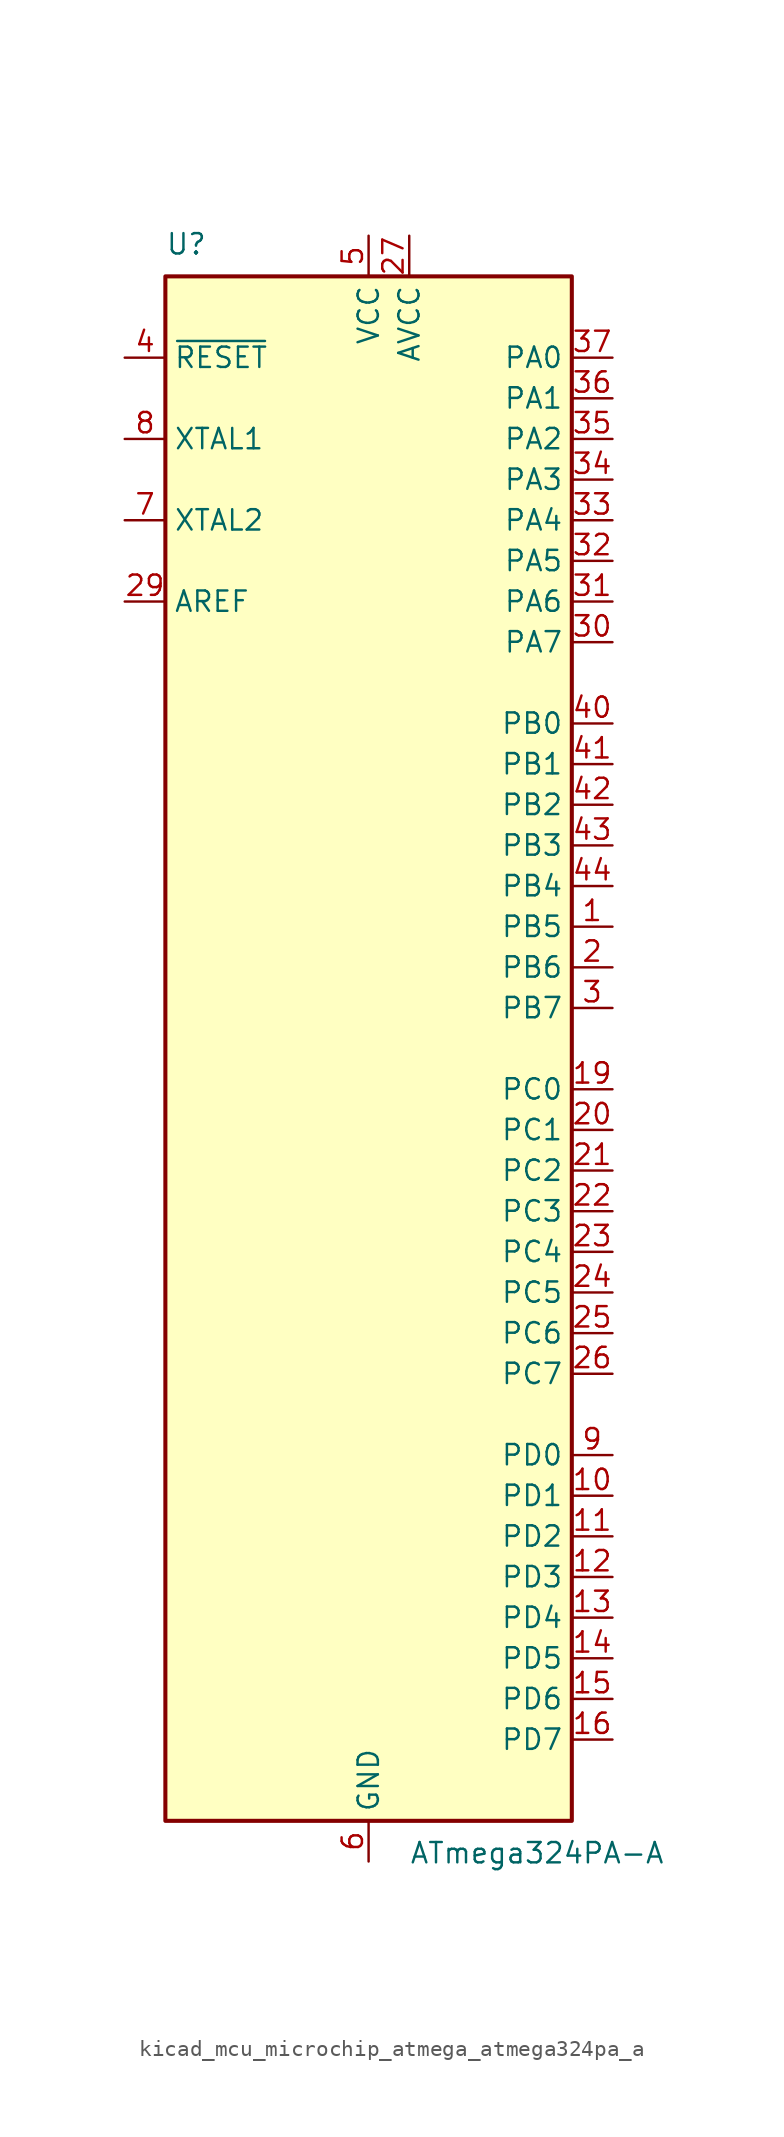
<source format=kicad_sym>
(kicad_symbol_lib
  (version 20220914)
  (generator kicad_symbol_editor)
  (symbol "kicad_mcu_microchip_atmega_atmega324pa_a"
    (property "Reference" "U"
      (at -12.7 49.53 0)
      (effects (font (size 1.27 1.27)) (justify left bottom)))
    (property "Value" "ATmega324PA-A"
      (at 2.54 -49.53 0)
      (effects (font (size 1.27 1.27)) (justify left top)))
    (symbol "kicad_mcu_microchip_atmega_atmega324pa_a_0_1"
      (rectangle (start -12.7 -48.26) (end 12.7 48.26) (stroke (width 0.254) (type default)) (fill (type background))))
    (symbol "kicad_mcu_microchip_atmega_atmega324pa_a_1_1"
      (pin bidirectional line (at 15.24 7.62 180) (length 2.54) (name "PB5" (effects (font (size 1.27 1.27)))) (number "1" (effects (font (size 1.27 1.27)))))
      (pin bidirectional line (at 15.24 -27.94 180) (length 2.54) (name "PD1" (effects (font (size 1.27 1.27)))) (number "10" (effects (font (size 1.27 1.27)))))
      (pin bidirectional line (at 15.24 -30.48 180) (length 2.54) (name "PD2" (effects (font (size 1.27 1.27)))) (number "11" (effects (font (size 1.27 1.27)))))
      (pin bidirectional line (at 15.24 -33.02 180) (length 2.54) (name "PD3" (effects (font (size 1.27 1.27)))) (number "12" (effects (font (size 1.27 1.27)))))
      (pin bidirectional line (at 15.24 -35.56 180) (length 2.54) (name "PD4" (effects (font (size 1.27 1.27)))) (number "13" (effects (font (size 1.27 1.27)))))
      (pin bidirectional line (at 15.24 -38.1 180) (length 2.54) (name "PD5" (effects (font (size 1.27 1.27)))) (number "14" (effects (font (size 1.27 1.27)))))
      (pin bidirectional line (at 15.24 -40.64 180) (length 2.54) (name "PD6" (effects (font (size 1.27 1.27)))) (number "15" (effects (font (size 1.27 1.27)))))
      (pin bidirectional line (at 15.24 -43.18 180) (length 2.54) (name "PD7" (effects (font (size 1.27 1.27)))) (number "16" (effects (font (size 1.27 1.27)))))
      (pin passive line (at 0 50.8 270) (length 2.54) hide (name "VCC" (effects (font (size 1.27 1.27)))) (number "17" (effects (font (size 1.27 1.27)))))
      (pin passive line (at 0 -50.8 90) (length 2.54) hide (name "GND" (effects (font (size 1.27 1.27)))) (number "18" (effects (font (size 1.27 1.27)))))
      (pin bidirectional line (at 15.24 -2.54 180) (length 2.54) (name "PC0" (effects (font (size 1.27 1.27)))) (number "19" (effects (font (size 1.27 1.27)))))
      (pin bidirectional line (at 15.24 5.08 180) (length 2.54) (name "PB6" (effects (font (size 1.27 1.27)))) (number "2" (effects (font (size 1.27 1.27)))))
      (pin bidirectional line (at 15.24 -5.08 180) (length 2.54) (name "PC1" (effects (font (size 1.27 1.27)))) (number "20" (effects (font (size 1.27 1.27)))))
      (pin bidirectional line (at 15.24 -7.62 180) (length 2.54) (name "PC2" (effects (font (size 1.27 1.27)))) (number "21" (effects (font (size 1.27 1.27)))))
      (pin bidirectional line (at 15.24 -10.16 180) (length 2.54) (name "PC3" (effects (font (size 1.27 1.27)))) (number "22" (effects (font (size 1.27 1.27)))))
      (pin bidirectional line (at 15.24 -12.7 180) (length 2.54) (name "PC4" (effects (font (size 1.27 1.27)))) (number "23" (effects (font (size 1.27 1.27)))))
      (pin bidirectional line (at 15.24 -15.24 180) (length 2.54) (name "PC5" (effects (font (size 1.27 1.27)))) (number "24" (effects (font (size 1.27 1.27)))))
      (pin bidirectional line (at 15.24 -17.78 180) (length 2.54) (name "PC6" (effects (font (size 1.27 1.27)))) (number "25" (effects (font (size 1.27 1.27)))))
      (pin bidirectional line (at 15.24 -20.32 180) (length 2.54) (name "PC7" (effects (font (size 1.27 1.27)))) (number "26" (effects (font (size 1.27 1.27)))))
      (pin power_in line (at 2.54 50.8 270) (length 2.54) (name "AVCC" (effects (font (size 1.27 1.27)))) (number "27" (effects (font (size 1.27 1.27)))))
      (pin passive line (at 0 -50.8 90) (length 2.54) hide (name "GND" (effects (font (size 1.27 1.27)))) (number "28" (effects (font (size 1.27 1.27)))))
      (pin passive line (at -15.24 27.94 0) (length 2.54) (name "AREF" (effects (font (size 1.27 1.27)))) (number "29" (effects (font (size 1.27 1.27)))))
      (pin bidirectional line (at 15.24 2.54 180) (length 2.54) (name "PB7" (effects (font (size 1.27 1.27)))) (number "3" (effects (font (size 1.27 1.27)))))
      (pin bidirectional line (at 15.24 25.4 180) (length 2.54) (name "PA7" (effects (font (size 1.27 1.27)))) (number "30" (effects (font (size 1.27 1.27)))))
      (pin bidirectional line (at 15.24 27.94 180) (length 2.54) (name "PA6" (effects (font (size 1.27 1.27)))) (number "31" (effects (font (size 1.27 1.27)))))
      (pin bidirectional line (at 15.24 30.48 180) (length 2.54) (name "PA5" (effects (font (size 1.27 1.27)))) (number "32" (effects (font (size 1.27 1.27)))))
      (pin bidirectional line (at 15.24 33.02 180) (length 2.54) (name "PA4" (effects (font (size 1.27 1.27)))) (number "33" (effects (font (size 1.27 1.27)))))
      (pin bidirectional line (at 15.24 35.56 180) (length 2.54) (name "PA3" (effects (font (size 1.27 1.27)))) (number "34" (effects (font (size 1.27 1.27)))))
      (pin bidirectional line (at 15.24 38.1 180) (length 2.54) (name "PA2" (effects (font (size 1.27 1.27)))) (number "35" (effects (font (size 1.27 1.27)))))
      (pin bidirectional line (at 15.24 40.64 180) (length 2.54) (name "PA1" (effects (font (size 1.27 1.27)))) (number "36" (effects (font (size 1.27 1.27)))))
      (pin bidirectional line (at 15.24 43.18 180) (length 2.54) (name "PA0" (effects (font (size 1.27 1.27)))) (number "37" (effects (font (size 1.27 1.27)))))
      (pin passive line (at 0 50.8 270) (length 2.54) hide (name "VCC" (effects (font (size 1.27 1.27)))) (number "38" (effects (font (size 1.27 1.27)))))
      (pin passive line (at 0 -50.8 90) (length 2.54) hide (name "GND" (effects (font (size 1.27 1.27)))) (number "39" (effects (font (size 1.27 1.27)))))
      (pin input line (at -15.24 43.18 0) (length 2.54) (name "~{RESET}" (effects (font (size 1.27 1.27)))) (number "4" (effects (font (size 1.27 1.27)))))
      (pin bidirectional line (at 15.24 20.32 180) (length 2.54) (name "PB0" (effects (font (size 1.27 1.27)))) (number "40" (effects (font (size 1.27 1.27)))))
      (pin bidirectional line (at 15.24 17.78 180) (length 2.54) (name "PB1" (effects (font (size 1.27 1.27)))) (number "41" (effects (font (size 1.27 1.27)))))
      (pin bidirectional line (at 15.24 15.24 180) (length 2.54) (name "PB2" (effects (font (size 1.27 1.27)))) (number "42" (effects (font (size 1.27 1.27)))))
      (pin bidirectional line (at 15.24 12.7 180) (length 2.54) (name "PB3" (effects (font (size 1.27 1.27)))) (number "43" (effects (font (size 1.27 1.27)))))
      (pin bidirectional line (at 15.24 10.16 180) (length 2.54) (name "PB4" (effects (font (size 1.27 1.27)))) (number "44" (effects (font (size 1.27 1.27)))))
      (pin power_in line (at 0 50.8 270) (length 2.54) (name "VCC" (effects (font (size 1.27 1.27)))) (number "5" (effects (font (size 1.27 1.27)))))
      (pin power_in line (at 0 -50.8 90) (length 2.54) (name "GND" (effects (font (size 1.27 1.27)))) (number "6" (effects (font (size 1.27 1.27)))))
      (pin output line (at -15.24 33.02 0) (length 2.54) (name "XTAL2" (effects (font (size 1.27 1.27)))) (number "7" (effects (font (size 1.27 1.27)))))
      (pin input line (at -15.24 38.1 0) (length 2.54) (name "XTAL1" (effects (font (size 1.27 1.27)))) (number "8" (effects (font (size 1.27 1.27)))))
      (pin bidirectional line (at 15.24 -25.4 180) (length 2.54) (name "PD0" (effects (font (size 1.27 1.27)))) (number "9" (effects (font (size 1.27 1.27))))))))
</source>
